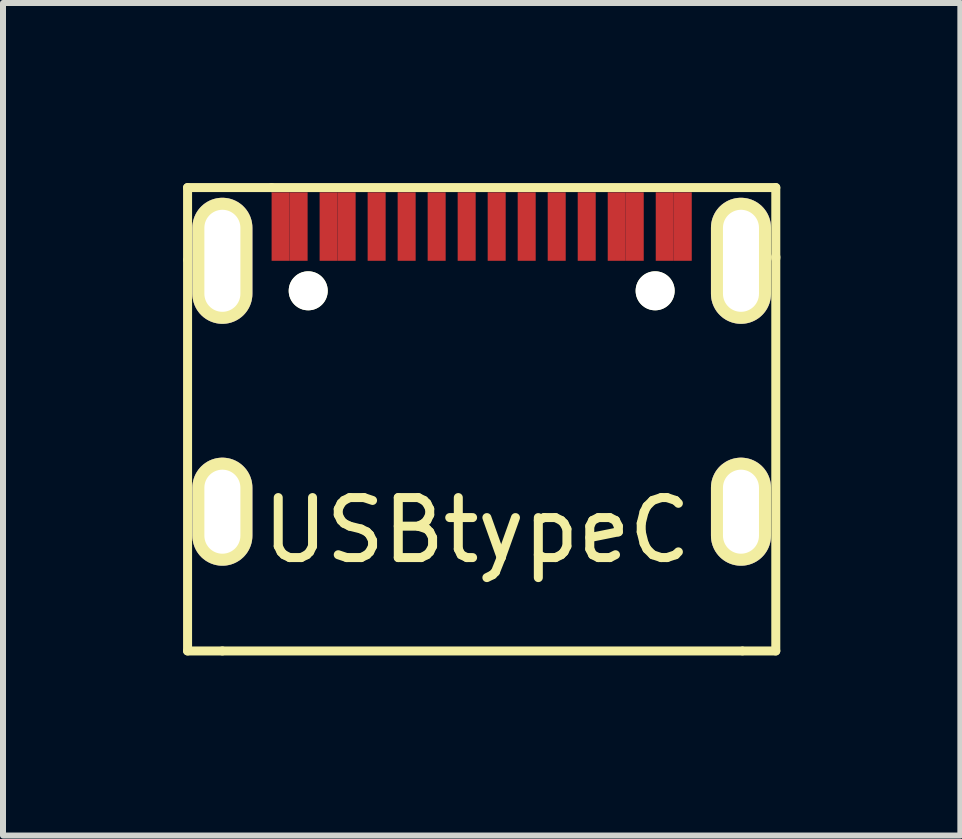
<source format=kicad_pcb>
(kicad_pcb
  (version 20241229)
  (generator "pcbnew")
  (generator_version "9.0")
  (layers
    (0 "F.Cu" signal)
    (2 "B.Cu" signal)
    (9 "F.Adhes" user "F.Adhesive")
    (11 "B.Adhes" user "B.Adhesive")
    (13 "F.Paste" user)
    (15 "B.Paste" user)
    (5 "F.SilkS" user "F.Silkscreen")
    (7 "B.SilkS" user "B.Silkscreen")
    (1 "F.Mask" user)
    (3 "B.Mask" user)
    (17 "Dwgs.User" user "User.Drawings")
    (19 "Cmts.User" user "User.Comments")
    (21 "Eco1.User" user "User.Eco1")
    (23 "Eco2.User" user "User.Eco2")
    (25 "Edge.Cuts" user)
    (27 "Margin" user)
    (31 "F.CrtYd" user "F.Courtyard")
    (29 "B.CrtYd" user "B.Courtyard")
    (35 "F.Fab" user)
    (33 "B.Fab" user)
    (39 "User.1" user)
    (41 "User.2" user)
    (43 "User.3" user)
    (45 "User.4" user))
  (footprint "USBtypeC"
    (layer "F.Cu")
    (at 5.295 4.085)
    (property "Reference" "USBtypeC" (at -0.4 1.7 0) (layer "F.SilkS") (effects (font (size 1 1) (thickness 0.15))))
    (attr through_hole)
    (fp_line (start -5.22 -4.01) (end -5.22 -2.81) (stroke (width 0.15) (type solid)) (layer "F.SilkS"))
    (fp_line (start -5.22 -2.8) (end -5.22 3.71) (stroke (width 0.15) (type solid)) (layer "F.SilkS"))
    (fp_line (start -5.22 3.71) (end -4.64 3.71) (stroke (width 0.15) (type solid)) (layer "F.SilkS"))
    (fp_line (start -4.64 3.71) (end 4.02 3.71) (stroke (width 0.15) (type solid)) (layer "F.SilkS"))
    (fp_line (start -3.82 -4.01) (end -5.22 -4.01) (stroke (width 0.15) (type solid)) (layer "F.SilkS"))
    (fp_line (start -3.82 -4.01) (end 4.58 -4.01) (stroke (width 0.15) (type solid)) (layer "F.SilkS"))
    (fp_line (start 4.58 -4.01) (end 4.58 -2.86) (stroke (width 0.15) (type solid)) (layer "F.SilkS"))
    (fp_line (start 4.58 -2.86) (end 4.58 -2.83) (stroke (width 0.15) (type solid)) (layer "F.SilkS"))
    (fp_line (start 4.58 -2.84) (end 4.58 3.71) (stroke (width 0.15) (type solid)) (layer "F.SilkS"))
    (fp_line (start 4.58 3.71) (end 4.03 3.71) (stroke (width 0.15) (type solid)) (layer "F.SilkS"))
    (pad "" np_thru_hole circle (at -3.21 -2.29) (size 0.65 0.65) (drill 0.65) (layers "*.Cu" "*.Mask" "F.SilkS"))
    (pad "" np_thru_hole circle (at 2.57 -2.29) (size 0.65 0.65) (drill 0.65) (layers "*.Cu" "*.Mask" "F.SilkS"))
    (pad "1" thru_hole oval (at -4.64 1.39) (size 1 1.8) (drill oval 0.6 1.4) (layers "*.Cu" "*.Mask" "F.SilkS"))
    (pad "2" thru_hole oval (at 4 1.39) (size 1 1.8) (drill oval 0.6 1.4) (layers "*.Cu" "*.Mask" "F.SilkS"))
    (pad "3" thru_hole oval (at -4.64 -2.79) (size 1 2.1) (drill oval 0.6 1.7) (layers "*.Cu" "*.Mask" "F.SilkS"))
    (pad "4" thru_hole oval (at 4 -2.79) (size 1 2.1) (drill oval 0.6 1.7) (layers "*.Cu" "*.Mask" "F.SilkS"))
    (pad "A1" smd rect (at -3.67 -3.36) (size 0.3 1.14) (layers "F.Cu" "F.Mask" "F.Paste"))
    (pad "A4" smd rect (at -2.87 -3.36) (size 0.3 1.14) (layers "F.Cu" "F.Mask" "F.Paste"))
    (pad "A5" smd rect (at -1.57 -3.36) (size 0.3 1.14) (layers "F.Cu" "F.Mask" "F.Paste"))
    (pad "A6" smd rect (at -0.57 -3.36) (size 0.3 1.14) (layers "F.Cu" "F.Mask" "F.Paste"))
    (pad "A7" smd rect (at -0.07 -3.36) (size 0.3 1.14) (layers "F.Cu" "F.Mask" "F.Paste"))
    (pad "A8" smd rect (at 0.93 -3.36) (size 0.3 1.14) (layers "F.Cu" "F.Mask" "F.Paste"))
    (pad "A9" smd rect (at 2.23 -3.36) (size 0.3 1.14) (layers "F.Cu" "F.Mask" "F.Paste"))
    (pad "A12" smd rect (at 3.03 -3.36) (size 0.3 1.14) (layers "F.Cu" "F.Mask" "F.Paste"))
    (pad "B1" smd rect (at 2.73 -3.36) (size 0.3 1.14) (layers "F.Cu" "F.Mask" "F.Paste"))
    (pad "B4" smd rect (at 1.93 -3.36) (size 0.3 1.14) (layers "F.Cu" "F.Mask" "F.Paste"))
    (pad "B5" smd rect (at 1.43 -3.36) (size 0.3 1.14) (layers "F.Cu" "F.Mask" "F.Paste"))
    (pad "B6" smd rect (at 0.43 -3.36) (size 0.3 1.14) (layers "F.Cu" "F.Mask" "F.Paste"))
    (pad "B7" smd rect (at -1.07 -3.36) (size 0.3 1.14) (layers "F.Cu" "F.Mask" "F.Paste"))
    (pad "B8" smd rect (at -2.07 -3.36) (size 0.3 1.14) (layers "F.Cu" "F.Mask" "F.Paste"))
    (pad "B9" smd rect (at -2.57 -3.36) (size 0.3 1.14) (layers "F.Cu" "F.Mask" "F.Paste"))
    (pad "B12" smd rect (at -3.37 -3.36) (size 0.3 1.14) (layers "F.Cu" "F.Mask" "F.Paste")))
  (gr_rect
    (start -3 -3)
    (end 12.95 10.87)
    (stroke (width 0.1) (type default))
    (fill no)
    (layer "Edge.Cuts")))
</source>
